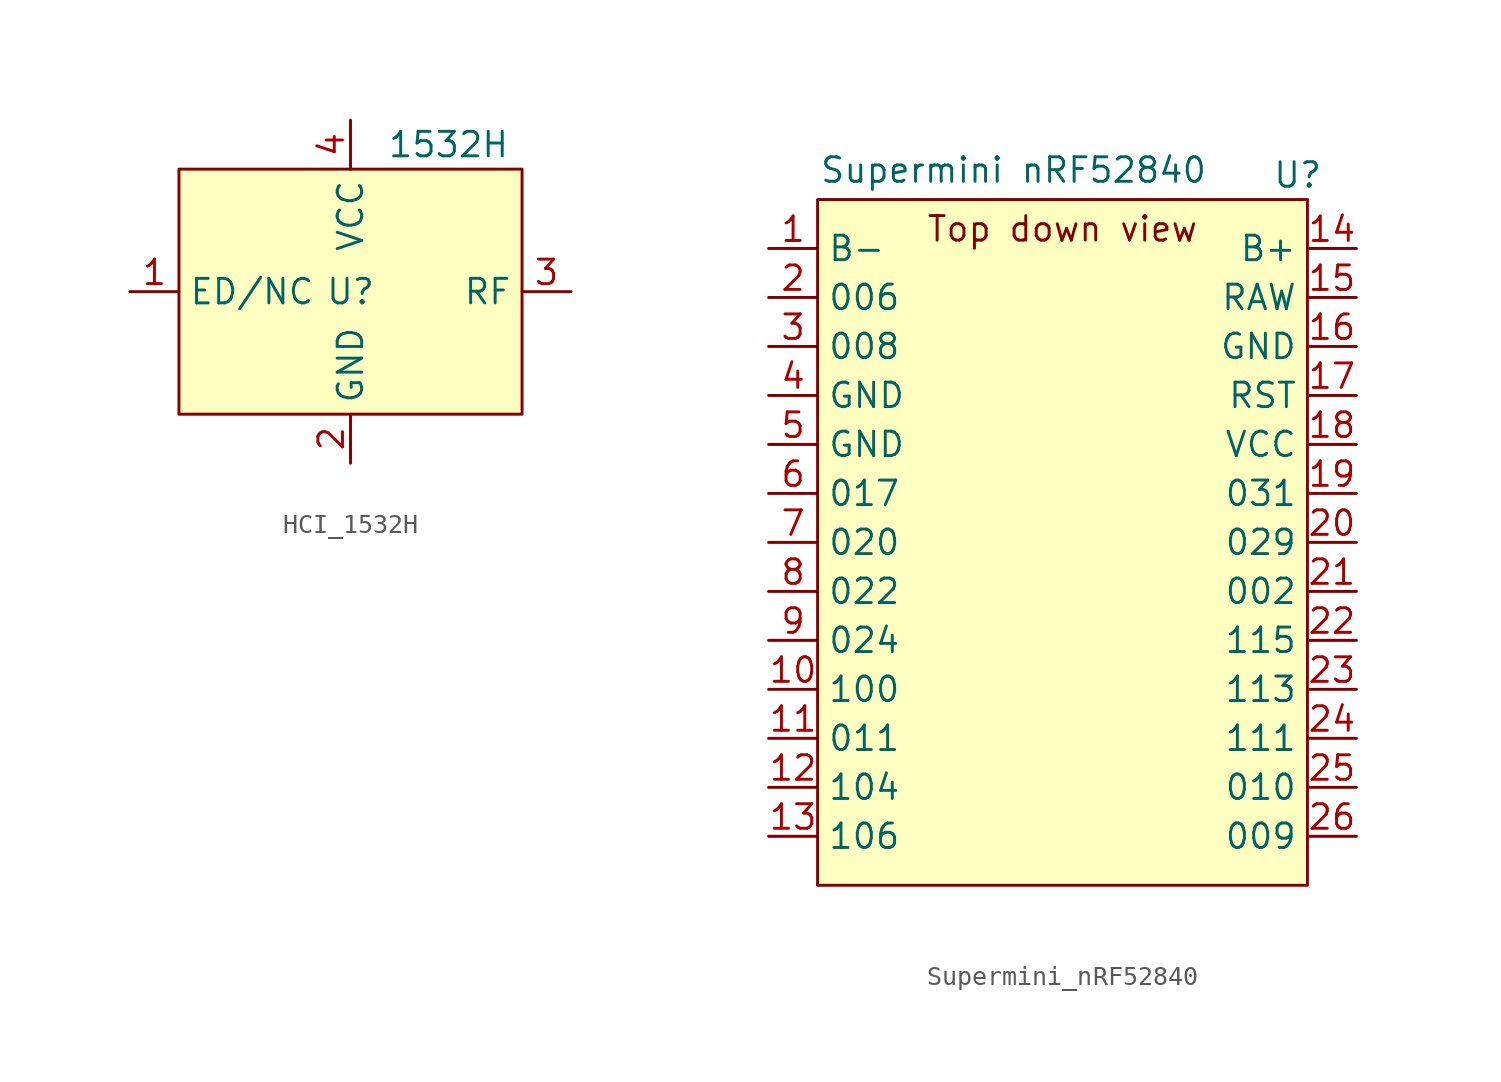
<source format=kicad_sym>
(kicad_symbol_lib
  (version 20241209)
  (generator "kicad_symbol_editor")
  (generator_version "9.0")
  (symbol "HCI_1532H"
    (property "Reference" "U"
      (at 0 0 0)
      (effects (font (size 1.27 1.27))))
    (property "Value" "1532H"
      (at 5.08 7.62 0)
      (effects (font (size 1.27 1.27))))
    (symbol "HCI_1532H_1_1"
      (rectangle (start -8.89 6.35) (end 8.89 -6.35) (stroke (width 0) (type default)) (fill (type background)))
      (pin input line (at -11.43 0 0) (length 2.54) (name "ED/NC" (effects (font (size 1.27 1.27)))) (number "1" (effects (font (size 1.27 1.27)))))
      (pin power_in line (at 0 8.89 270) (length 2.54) (name "VCC" (effects (font (size 1.27 1.27)))) (number "4" (effects (font (size 1.27 1.27)))))
      (pin power_in line (at 0 -8.89 90) (length 2.54) (name "GND" (effects (font (size 1.27 1.27)))) (number "2" (effects (font (size 1.27 1.27)))))
      (pin output line (at 11.43 0 180) (length 2.54) (name "RF" (effects (font (size 1.27 1.27)))) (number "3" (effects (font (size 1.27 1.27)))))))
  (symbol "Supermini_nRF52840"
    (property "Reference" "U"
      (at 12.192 19.05 0)
      (effects (font (size 1.27 1.27))))
    (property "Value" "Supermini nRF52840"
      (at -2.54 19.304 0)
      (effects (font (size 1.27 1.27))))
    (symbol "Supermini_nRF52840_1_1"
      (rectangle (start -12.7 17.78) (end 12.7 -17.78) (stroke (width 0) (type solid)) (fill (type background)))
      (text "Top down view" (at 0 16.256 0) (effects (font (size 1.27 1.27))))
      (pin power_in line (at -15.24 15.24 0) (length 2.54) (name "B-" (effects (font (size 1.27 1.27)))) (number "1" (effects (font (size 1.27 1.27)))))
      (pin bidirectional line (at -15.24 12.7 0) (length 2.54) (name "006" (effects (font (size 1.27 1.27)))) (number "2" (effects (font (size 1.27 1.27)))))
      (pin bidirectional line (at -15.24 10.16 0) (length 2.54) (name "008" (effects (font (size 1.27 1.27)))) (number "3" (effects (font (size 1.27 1.27)))))
      (pin power_in line (at -15.24 7.62 0) (length 2.54) (name "GND" (effects (font (size 1.27 1.27)))) (number "4" (effects (font (size 1.27 1.27)))))
      (pin power_in line (at -15.24 5.08 0) (length 2.54) (name "GND" (effects (font (size 1.27 1.27)))) (number "5" (effects (font (size 1.27 1.27)))))
      (pin bidirectional line (at -15.24 2.54 0) (length 2.54) (name "017" (effects (font (size 1.27 1.27)))) (number "6" (effects (font (size 1.27 1.27)))))
      (pin bidirectional line (at -15.24 0 0) (length 2.54) (name "020" (effects (font (size 1.27 1.27)))) (number "7" (effects (font (size 1.27 1.27)))))
      (pin bidirectional line (at -15.24 -2.54 0) (length 2.54) (name "022" (effects (font (size 1.27 1.27)))) (number "8" (effects (font (size 1.27 1.27)))))
      (pin bidirectional line (at -15.24 -5.08 0) (length 2.54) (name "024" (effects (font (size 1.27 1.27)))) (number "9" (effects (font (size 1.27 1.27)))))
      (pin bidirectional line (at -15.24 -7.62 0) (length 2.54) (name "100" (effects (font (size 1.27 1.27)))) (number "10" (effects (font (size 1.27 1.27)))))
      (pin bidirectional line (at -15.24 -10.16 0) (length 2.54) (name "011" (effects (font (size 1.27 1.27)))) (number "11" (effects (font (size 1.27 1.27)))))
      (pin bidirectional line (at -15.24 -12.7 0) (length 2.54) (name "104" (effects (font (size 1.27 1.27)))) (number "12" (effects (font (size 1.27 1.27)))))
      (pin bidirectional line (at -15.24 -15.24 0) (length 2.54) (name "106" (effects (font (size 1.27 1.27)))) (number "13" (effects (font (size 1.27 1.27)))))
      (pin power_in line (at 15.24 15.24 180) (length 2.54) (name "B+" (effects (font (size 1.27 1.27)))) (number "14" (effects (font (size 1.27 1.27)))))
      (pin unspecified line (at 15.24 12.7 180) (length 2.54) (name "RAW" (effects (font (size 1.27 1.27)))) (number "15" (effects (font (size 1.27 1.27)))))
      (pin power_in line (at 15.24 10.16 180) (length 2.54) (name "GND" (effects (font (size 1.27 1.27)))) (number "16" (effects (font (size 1.27 1.27)))))
      (pin input line (at 15.24 7.62 180) (length 2.54) (name "RST" (effects (font (size 1.27 1.27)))) (number "17" (effects (font (size 1.27 1.27)))))
      (pin power_out line (at 15.24 5.08 180) (length 2.54) (name "VCC" (effects (font (size 1.27 1.27)))) (number "18" (effects (font (size 1.27 1.27)))))
      (pin power_out line (at 15.24 2.54 180) (length 2.54) (name "031" (effects (font (size 1.27 1.27)))) (number "19" (effects (font (size 1.27 1.27)))))
      (pin bidirectional line (at 15.24 0 180) (length 2.54) (name "029" (effects (font (size 1.27 1.27)))) (number "20" (effects (font (size 1.27 1.27)))))
      (pin bidirectional line (at 15.24 -2.54 180) (length 2.54) (name "002" (effects (font (size 1.27 1.27)))) (number "21" (effects (font (size 1.27 1.27)))))
      (pin bidirectional line (at 15.24 -5.08 180) (length 2.54) (name "115" (effects (font (size 1.27 1.27)))) (number "22" (effects (font (size 1.27 1.27)))))
      (pin bidirectional line (at 15.24 -7.62 180) (length 2.54) (name "113" (effects (font (size 1.27 1.27)))) (number "23" (effects (font (size 1.27 1.27)))))
      (pin bidirectional line (at 15.24 -10.16 180) (length 2.54) (name "111" (effects (font (size 1.27 1.27)))) (number "24" (effects (font (size 1.27 1.27)))))
      (pin bidirectional line (at 15.24 -12.7 180) (length 2.54) (name "010" (effects (font (size 1.27 1.27)))) (number "25" (effects (font (size 1.27 1.27)))))
      (pin bidirectional line (at 15.24 -15.24 180) (length 2.54) (name "009" (effects (font (size 1.27 1.27)))) (number "26" (effects (font (size 1.27 1.27))))))))
</source>
